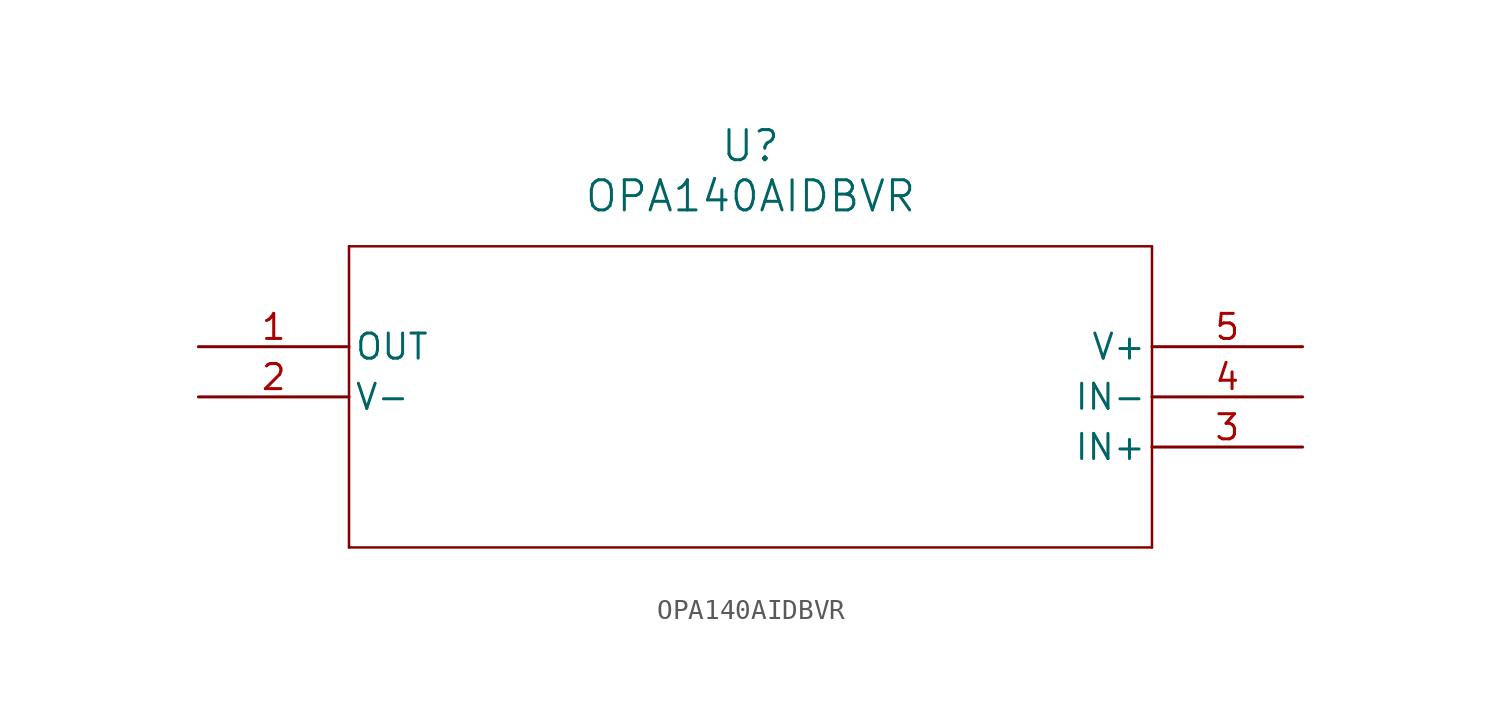
<source format=kicad_sym>
(kicad_symbol_lib
  (version 20211014)
  (generator kicad_symbol_editor)
  (symbol "OPA140AIDBVR"
    (pin_names
      (offset 0.254))
    (property "Reference" "U"
      (at 27.94 10.16 0)
      (effects (font (size 1.524 1.524))))
    (property "Value" "OPA140AIDBVR"
      (at 27.94 7.62 0)
      (effects (font (size 1.524 1.524))))
    (symbol "OPA140AIDBVR_0_1"
      (polyline (pts (xy 7.62 5.08) (xy 7.62 -10.16)) (stroke (width 0.127) (type default) (color 0 0 0 0)) (fill (type none)))
      (polyline (pts (xy 7.62 -10.16) (xy 48.26 -10.16)) (stroke (width 0.127) (type default) (color 0 0 0 0)) (fill (type none)))
      (polyline (pts (xy 48.26 -10.16) (xy 48.26 5.08)) (stroke (width 0.127) (type default) (color 0 0 0 0)) (fill (type none)))
      (polyline (pts (xy 48.26 5.08) (xy 7.62 5.08)) (stroke (width 0.127) (type default) (color 0 0 0 0)) (fill (type none)))
      (pin output line (at 0 0 0) (length 7.62) (name "OUT" (effects (font (size 1.27 1.27)))) (number "1" (effects (font (size 1.27 1.27)))))
      (pin power_in line (at 0 -2.54 0) (length 7.62) (name "V-" (effects (font (size 1.27 1.27)))) (number "2" (effects (font (size 1.27 1.27)))))
      (pin input line (at 55.88 -5.08 180) (length 7.62) (name "IN+" (effects (font (size 1.27 1.27)))) (number "3" (effects (font (size 1.27 1.27)))))
      (pin input line (at 55.88 -2.54 180) (length 7.62) (name "IN-" (effects (font (size 1.27 1.27)))) (number "4" (effects (font (size 1.27 1.27)))))
      (pin power_in line (at 55.88 0 180) (length 7.62) (name "V+" (effects (font (size 1.27 1.27)))) (number "5" (effects (font (size 1.27 1.27))))))))
</source>
